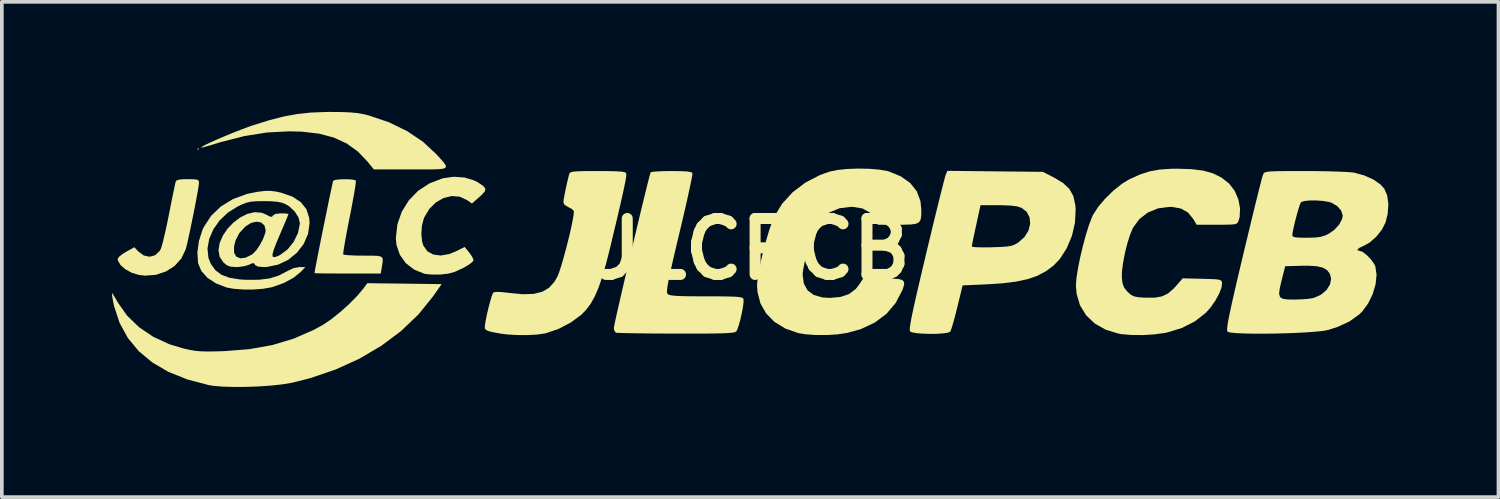
<source format=kicad_pcb>
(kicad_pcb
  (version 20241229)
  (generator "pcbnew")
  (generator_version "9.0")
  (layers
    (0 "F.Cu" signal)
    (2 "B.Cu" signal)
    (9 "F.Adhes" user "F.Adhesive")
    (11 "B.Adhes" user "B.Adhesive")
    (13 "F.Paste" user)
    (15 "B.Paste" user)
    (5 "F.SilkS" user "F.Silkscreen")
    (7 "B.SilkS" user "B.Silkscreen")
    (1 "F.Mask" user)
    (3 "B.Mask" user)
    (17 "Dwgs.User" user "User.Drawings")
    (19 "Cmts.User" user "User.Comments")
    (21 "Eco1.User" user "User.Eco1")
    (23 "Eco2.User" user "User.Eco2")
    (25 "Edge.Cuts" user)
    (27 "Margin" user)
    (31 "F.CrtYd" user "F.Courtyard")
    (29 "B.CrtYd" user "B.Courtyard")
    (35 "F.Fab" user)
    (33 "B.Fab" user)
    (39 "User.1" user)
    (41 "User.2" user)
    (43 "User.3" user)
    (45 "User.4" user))
  (footprint "JLCPCB"
    (layer "F.Cu")
    (at 17.487 3.738)
    (property "Reference" "JLCPCB" (at 0 0 0) (layer "F.SilkS") (effects (font (size 1.524 1.524) (thickness 0.3))))
    (attr board_only exclude_from_pos_files exclude_from_bom)
    (fp_poly (pts (xy -15.116 -2.726) (xy -15.138 -2.704) (xy -15.16 -2.726) (xy -15.138 -2.748)) (stroke (width 0) (type solid)) (fill yes) (layer "F.SilkS"))
    (fp_poly (pts (xy -15.262 -1.904) (xy -15.17 -1.894) (xy -15.128 -1.87) (xy -15.116 -1.824) (xy -15.116 -1.803) (xy -15.125 -1.723) (xy -15.149 -1.574) (xy -15.186 -1.373) (xy -15.231 -1.138) (xy -15.281 -0.885) (xy -15.333 -0.632) (xy -15.383 -0.396) (xy -15.427 -0.195) (xy -15.463 -0.046) (xy -15.477 0.005) (xy -15.596 0.254) (xy -15.78 0.458) (xy -16.017 0.609) (xy -16.29 0.7) (xy -16.587 0.722) (xy -16.751 0.703) (xy -16.947 0.644) (xy -17.12 0.55) (xy -17.252 0.435) (xy -17.323 0.313) (xy -17.331 0.266) (xy -17.295 0.21) (xy -17.201 0.134) (xy -17.104 0.074) (xy -16.876 -0.052) (xy -16.77 0.062) (xy -16.62 0.173) (xy -16.46 0.207) (xy -16.31 0.166) (xy -16.188 0.052) (xy -16.162 0.008) (xy -16.132 -0.075) (xy -16.091 -0.23) (xy -16.041 -0.438) (xy -15.987 -0.685) (xy -15.936 -0.935) (xy -15.884 -1.198) (xy -15.837 -1.433) (xy -15.797 -1.627) (xy -15.768 -1.764) (xy -15.753 -1.829) (xy -15.726 -1.871) (xy -15.662 -1.894) (xy -15.543 -1.905) (xy -15.423 -1.906)) (stroke (width 0) (type solid)) (fill yes) (layer "F.SilkS"))
    (fp_poly (pts (xy -11.229 -3.735) (xy -11 -3.726) (xy -10.815 -3.709) (xy -10.653 -3.682) (xy -10.495 -3.644) (xy -9.943 -3.458) (xy -9.447 -3.217) (xy -9.014 -2.927) (xy -8.658 -2.596) (xy -8.534 -2.461) (xy -8.444 -2.358) (xy -8.393 -2.283) (xy -8.389 -2.231) (xy -8.438 -2.198) (xy -8.548 -2.18) (xy -8.726 -2.173) (xy -8.978 -2.172) (xy -9.311 -2.172) (xy -9.341 -2.172) (xy -10.351 -2.172) (xy -10.52 -2.381) (xy -10.788 -2.661) (xy -11.093 -2.88) (xy -11.443 -3.041) (xy -11.847 -3.147) (xy -12.313 -3.201) (xy -12.656 -3.21) (xy -13.263 -3.178) (xy -13.877 -3.081) (xy -14.518 -2.918) (xy -14.627 -2.884) (xy -14.805 -2.83) (xy -14.949 -2.789) (xy -15.039 -2.768) (xy -15.06 -2.766) (xy -15.032 -2.792) (xy -14.936 -2.844) (xy -14.786 -2.915) (xy -14.598 -2.999) (xy -14.385 -3.089) (xy -14.163 -3.181) (xy -13.945 -3.266) (xy -13.746 -3.34) (xy -13.653 -3.372) (xy -13.206 -3.511) (xy -12.811 -3.613) (xy -12.439 -3.682) (xy -12.065 -3.721) (xy -11.662 -3.737) (xy -11.525 -3.738)) (stroke (width 0) (type solid)) (fill yes) (layer "F.SilkS"))
    (fp_poly (pts (xy -11.003 -1.901) (xy -10.892 -1.888) (xy -10.841 -1.867) (xy -10.843 -1.814) (xy -10.86 -1.687) (xy -10.891 -1.5) (xy -10.934 -1.264) (xy -10.985 -0.993) (xy -11.012 -0.859) (xy -11.068 -0.577) (xy -11.115 -0.324) (xy -11.152 -0.113) (xy -11.177 0.042) (xy -11.187 0.13) (xy -11.186 0.144) (xy -11.136 0.157) (xy -11.016 0.167) (xy -10.843 0.175) (xy -10.636 0.177) (xy -10.406 0.177) (xy -10.251 0.183) (xy -10.158 0.203) (xy -10.115 0.245) (xy -10.108 0.318) (xy -10.124 0.43) (xy -10.135 0.499) (xy -10.163 0.665) (xy -11.066 0.665) (xy -11.338 0.664) (xy -11.577 0.663) (xy -11.77 0.661) (xy -11.904 0.658) (xy -11.966 0.655) (xy -11.968 0.654) (xy -11.959 0.595) (xy -11.935 0.464) (xy -11.898 0.274) (xy -11.853 0.04) (xy -11.8 -0.225) (xy -11.743 -0.509) (xy -11.684 -0.796) (xy -11.627 -1.075) (xy -11.575 -1.331) (xy -11.528 -1.551) (xy -11.492 -1.722) (xy -11.468 -1.83) (xy -11.459 -1.862) (xy -11.403 -1.885) (xy -11.288 -1.9) (xy -11.145 -1.905)) (stroke (width 0) (type solid)) (fill yes) (layer "F.SilkS"))
    (fp_poly (pts (xy -9.517 0.94) (xy -8.505 0.953) (xy -8.738 1.286) (xy -9.135 1.778) (xy -9.606 2.228) (xy -10.143 2.63) (xy -10.739 2.982) (xy -11.389 3.278) (xy -12.085 3.515) (xy -12.578 3.639) (xy -12.831 3.682) (xy -13.139 3.716) (xy -13.48 3.74) (xy -13.832 3.753) (xy -14.173 3.755) (xy -14.482 3.745) (xy -14.738 3.723) (xy -14.85 3.704) (xy -15.434 3.55) (xy -15.947 3.344) (xy -16.388 3.087) (xy -16.757 2.779) (xy -17.054 2.42) (xy -17.278 2.011) (xy -17.429 1.552) (xy -17.459 1.407) (xy -17.479 1.286) (xy -17.487 1.21) (xy -17.485 1.197) (xy -17.458 1.232) (xy -17.401 1.325) (xy -17.328 1.452) (xy -17.074 1.812) (xy -16.749 2.126) (xy -16.362 2.388) (xy -15.922 2.591) (xy -15.537 2.707) (xy -15.371 2.744) (xy -15.223 2.769) (xy -15.07 2.784) (xy -14.891 2.789) (xy -14.663 2.786) (xy -14.429 2.779) (xy -13.744 2.725) (xy -13.116 2.613) (xy -12.535 2.439) (xy -11.989 2.2) (xy -11.735 2.061) (xy -11.514 1.912) (xy -11.267 1.714) (xy -11.019 1.491) (xy -10.798 1.267) (xy -10.636 1.073) (xy -10.528 0.928)) (stroke (width 0) (type solid)) (fill yes) (layer "F.SilkS"))
    (fp_poly (pts (xy -7.88 -1.951) (xy -7.615 -1.871) (xy -7.515 -1.819) (xy -7.376 -1.725) (xy -7.313 -1.652) (xy -7.324 -1.578) (xy -7.408 -1.483) (xy -7.473 -1.424) (xy -7.679 -1.243) (xy -7.807 -1.333) (xy -8.01 -1.429) (xy -8.23 -1.447) (xy -8.451 -1.393) (xy -8.66 -1.275) (xy -8.84 -1.096) (xy -8.979 -0.864) (xy -8.987 -0.845) (xy -9.041 -0.646) (xy -9.057 -0.419) (xy -9.036 -0.204) (xy -9.003 -0.098) (xy -8.895 0.056) (xy -8.734 0.147) (xy -8.532 0.174) (xy -8.3 0.134) (xy -8.114 0.059) (xy -7.878 -0.059) (xy -7.752 0.093) (xy -7.677 0.199) (xy -7.638 0.288) (xy -7.637 0.31) (xy -7.679 0.361) (xy -7.781 0.435) (xy -7.922 0.516) (xy -7.942 0.526) (xy -8.147 0.619) (xy -8.331 0.669) (xy -8.54 0.691) (xy -8.717 0.693) (xy -8.878 0.685) (xy -8.976 0.67) (xy -9.256 0.556) (xy -9.482 0.38) (xy -9.644 0.152) (xy -9.735 -0.115) (xy -9.752 -0.297) (xy -9.711 -0.673) (xy -9.59 -1.02) (xy -9.398 -1.33) (xy -9.143 -1.591) (xy -8.831 -1.794) (xy -8.471 -1.931) (xy -8.465 -1.932) (xy -8.173 -1.972)) (stroke (width 0) (type solid)) (fill yes) (layer "F.SilkS"))
    (fp_poly (pts (xy -3.963 -2.126) (xy -3.753 -2.121) (xy -3.61 -2.112) (xy -3.523 -2.097) (xy -3.482 -2.077) (xy -3.476 -2.068) (xy -3.473 -2.031) (xy -3.479 -1.959) (xy -3.498 -1.845) (xy -3.531 -1.684) (xy -3.578 -1.467) (xy -3.641 -1.19) (xy -3.722 -0.844) (xy -3.822 -0.424) (xy -3.907 -0.066) (xy -4.019 0.377) (xy -4.124 0.744) (xy -4.227 1.044) (xy -4.332 1.289) (xy -4.444 1.488) (xy -4.567 1.653) (xy -4.702 1.79) (xy -4.987 2) (xy -5.318 2.173) (xy -5.658 2.289) (xy -5.709 2.3) (xy -5.918 2.329) (xy -6.181 2.342) (xy -6.463 2.34) (xy -6.732 2.323) (xy -6.892 2.302) (xy -7.089 2.267) (xy -7.215 2.237) (xy -7.286 2.207) (xy -7.321 2.171) (xy -7.327 2.158) (xy -7.327 2.09) (xy -7.307 1.96) (xy -7.273 1.791) (xy -7.23 1.607) (xy -7.184 1.431) (xy -7.141 1.287) (xy -7.106 1.197) (xy -7.096 1.182) (xy -7.026 1.165) (xy -6.876 1.169) (xy -6.653 1.194) (xy -6.647 1.195) (xy -6.287 1.229) (xy -5.996 1.219) (xy -5.764 1.162) (xy -5.58 1.054) (xy -5.434 0.893) (xy -5.353 0.754) (xy -5.306 0.639) (xy -5.249 0.465) (xy -5.186 0.25) (xy -5.12 0.009) (xy -5.056 -0.241) (xy -4.998 -0.483) (xy -4.951 -0.701) (xy -4.917 -0.879) (xy -4.902 -1) (xy -4.904 -1.041) (xy -4.96 -1.098) (xy -5.057 -1.147) (xy -5.161 -1.212) (xy -5.186 -1.28) (xy -5.177 -1.363) (xy -5.151 -1.505) (xy -5.116 -1.676) (xy -5.077 -1.851) (xy -5.04 -2.001) (xy -5.026 -2.05) (xy -5.01 -2.079) (xy -4.973 -2.099) (xy -4.903 -2.113) (xy -4.787 -2.122) (xy -4.612 -2.126) (xy -4.366 -2.128) (xy -4.251 -2.128)) (stroke (width 0) (type solid)) (fill yes) (layer "F.SilkS"))
    (fp_poly (pts (xy -1.995 -2.125) (xy -1.827 -2.117) (xy -1.724 -2.101) (xy -1.677 -2.078) (xy -1.672 -2.069) (xy -1.676 -2.014) (xy -1.7 -1.883) (xy -1.741 -1.685) (xy -1.796 -1.432) (xy -1.863 -1.132) (xy -1.941 -0.796) (xy -2.027 -0.434) (xy -2.028 -0.43) (xy -2.129 -0.008) (xy -2.209 0.337) (xy -2.271 0.612) (xy -2.316 0.824) (xy -2.346 0.982) (xy -2.361 1.093) (xy -2.365 1.165) (xy -2.357 1.207) (xy -2.351 1.218) (xy -2.32 1.24) (xy -2.263 1.257) (xy -2.169 1.269) (xy -2.027 1.278) (xy -1.827 1.283) (xy -1.557 1.285) (xy -1.301 1.286) (xy -0.974 1.286) (xy -0.726 1.289) (xy -0.545 1.294) (xy -0.42 1.303) (xy -0.342 1.315) (xy -0.299 1.332) (xy -0.281 1.354) (xy -0.277 1.434) (xy -0.294 1.573) (xy -0.326 1.745) (xy -0.367 1.925) (xy -0.412 2.086) (xy -0.455 2.204) (xy -0.48 2.246) (xy -0.512 2.262) (xy -0.581 2.275) (xy -0.692 2.285) (xy -0.854 2.293) (xy -1.074 2.298) (xy -1.361 2.301) (xy -1.721 2.302) (xy -2.12 2.302) (xy -2.487 2.3) (xy -2.827 2.298) (xy -3.13 2.294) (xy -3.385 2.29) (xy -3.581 2.286) (xy -3.709 2.281) (xy -3.757 2.276) (xy -3.8 2.219) (xy -3.812 2.148) (xy -3.802 2.088) (xy -3.774 1.952) (xy -3.73 1.752) (xy -3.672 1.497) (xy -3.603 1.198) (xy -3.526 0.865) (xy -3.443 0.508) (xy -3.356 0.138) (xy -3.267 -0.235) (xy -3.18 -0.601) (xy -3.097 -0.949) (xy -3.019 -1.27) (xy -2.95 -1.552) (xy -2.892 -1.785) (xy -2.848 -1.96) (xy -2.819 -2.065) (xy -2.81 -2.092) (xy -2.759 -2.106) (xy -2.638 -2.117) (xy -2.464 -2.125) (xy -2.254 -2.128) (xy -2.241 -2.128)) (stroke (width 0) (type solid)) (fill yes) (layer "F.SilkS"))
    (fp_poly (pts (xy 3.143 -2.189) (xy 3.418 -2.167) (xy 3.64 -2.128) (xy 3.679 -2.117) (xy 4.008 -1.982) (xy 4.262 -1.802) (xy 4.44 -1.579) (xy 4.541 -1.312) (xy 4.565 -1.072) (xy 4.563 -0.913) (xy 4.546 -0.802) (xy 4.501 -0.731) (xy 4.414 -0.689) (xy 4.272 -0.671) (xy 4.062 -0.665) (xy 3.926 -0.665) (xy 3.378 -0.665) (xy 3.293 -0.827) (xy 3.157 -1) (xy 2.962 -1.108) (xy 2.706 -1.151) (xy 2.652 -1.153) (xy 2.336 -1.114) (xy 2.06 -0.999) (xy 1.832 -0.815) (xy 1.699 -0.633) (xy 1.638 -0.502) (xy 1.569 -0.31) (xy 1.498 -0.08) (xy 1.432 0.163) (xy 1.378 0.393) (xy 1.342 0.585) (xy 1.331 0.7) (xy 1.364 0.939) (xy 1.465 1.122) (xy 1.633 1.248) (xy 1.868 1.316) (xy 2.061 1.329) (xy 2.36 1.303) (xy 2.595 1.224) (xy 2.776 1.088) (xy 2.862 0.979) (xy 2.982 0.798) (xy 3.502 0.798) (xy 3.757 0.801) (xy 3.934 0.813) (xy 4.042 0.841) (xy 4.093 0.89) (xy 4.097 0.967) (xy 4.064 1.077) (xy 4.05 1.115) (xy 3.865 1.468) (xy 3.614 1.764) (xy 3.297 2.001) (xy 2.914 2.18) (xy 2.545 2.283) (xy 2.289 2.321) (xy 1.993 2.34) (xy 1.69 2.34) (xy 1.412 2.32) (xy 1.217 2.288) (xy 0.861 2.164) (xy 0.566 1.984) (xy 0.338 1.753) (xy 0.181 1.477) (xy 0.1 1.16) (xy 0.089 0.978) (xy 0.103 0.814) (xy 0.141 0.587) (xy 0.197 0.318) (xy 0.266 0.029) (xy 0.344 -0.26) (xy 0.424 -0.527) (xy 0.501 -0.751) (xy 0.555 -0.881) (xy 0.771 -1.235) (xy 1.058 -1.549) (xy 1.406 -1.813) (xy 1.805 -2.02) (xy 2.061 -2.111) (xy 2.273 -2.156) (xy 2.543 -2.184) (xy 2.842 -2.195)) (stroke (width 0) (type solid)) (fill yes) (layer "F.SilkS"))
    (fp_poly (pts (xy 7.878 -2.106) (xy 8.181 -1.95) (xy 8.429 -1.801) (xy 8.6 -1.639) (xy 8.707 -1.445) (xy 8.76 -1.202) (xy 8.77 -1.085) (xy 8.752 -0.723) (xy 8.669 -0.363) (xy 8.528 -0.026) (xy 8.339 0.268) (xy 8.173 0.442) (xy 7.967 0.598) (xy 7.735 0.722) (xy 7.466 0.816) (xy 7.146 0.885) (xy 6.762 0.932) (xy 6.357 0.958) (xy 5.69 0.988) (xy 5.543 1.591) (xy 5.487 1.814) (xy 5.434 2.008) (xy 5.389 2.156) (xy 5.358 2.24) (xy 5.352 2.25) (xy 5.287 2.277) (xy 5.155 2.296) (xy 4.981 2.307) (xy 4.786 2.309) (xy 4.593 2.302) (xy 4.425 2.288) (xy 4.305 2.265) (xy 4.258 2.242) (xy 4.25 2.21) (xy 4.252 2.142) (xy 4.268 2.032) (xy 4.296 1.874) (xy 4.34 1.661) (xy 4.401 1.387) (xy 4.479 1.047) (xy 4.576 0.633) (xy 4.693 0.14) (xy 4.696 0.125) (xy 4.743 -0.072) (xy 5.94 -0.072) (xy 5.981 -0.059) (xy 6.095 -0.051) (xy 6.263 -0.048) (xy 6.468 -0.05) (xy 6.486 -0.051) (xy 6.72 -0.059) (xy 6.885 -0.07) (xy 7.001 -0.087) (xy 7.089 -0.115) (xy 7.168 -0.157) (xy 7.211 -0.184) (xy 7.378 -0.333) (xy 7.485 -0.508) (xy 7.531 -0.692) (xy 7.514 -0.868) (xy 7.433 -1.02) (xy 7.29 -1.128) (xy 7.175 -1.165) (xy 7.004 -1.187) (xy 6.764 -1.196) (xy 6.662 -1.197) (xy 6.178 -1.197) (xy 6.059 -0.653) (xy 6.014 -0.443) (xy 5.976 -0.265) (xy 5.951 -0.136) (xy 5.94 -0.074) (xy 5.94 -0.072) (xy 4.743 -0.072) (xy 4.796 -0.291) (xy 4.89 -0.683) (xy 4.978 -1.042) (xy 5.056 -1.359) (xy 5.123 -1.626) (xy 5.176 -1.832) (xy 5.212 -1.971) (xy 5.231 -2.03) (xy 5.275 -2.133)) (stroke (width 0) (type solid)) (fill yes) (layer "F.SilkS"))
    (fp_poly (pts (xy 11.919 -2.18) (xy 12.243 -2.14) (xy 12.51 -2.065) (xy 12.736 -1.954) (xy 12.935 -1.8) (xy 12.956 -1.78) (xy 13.103 -1.589) (xy 13.203 -1.355) (xy 13.25 -1.106) (xy 13.237 -0.87) (xy 13.211 -0.779) (xy 13.19 -0.731) (xy 13.161 -0.699) (xy 13.108 -0.68) (xy 13.014 -0.67) (xy 12.865 -0.666) (xy 12.644 -0.665) (xy 12.066 -0.665) (xy 11.975 -0.82) (xy 11.83 -0.997) (xy 11.641 -1.106) (xy 11.398 -1.15) (xy 11.326 -1.151) (xy 11.014 -1.111) (xy 10.735 -0.997) (xy 10.503 -0.817) (xy 10.33 -0.578) (xy 10.327 -0.572) (xy 10.252 -0.391) (xy 10.178 -0.156) (xy 10.113 0.105) (xy 10.063 0.366) (xy 10.032 0.598) (xy 10.028 0.767) (xy 10.047 0.93) (xy 10.087 1.041) (xy 10.162 1.139) (xy 10.187 1.165) (xy 10.269 1.239) (xy 10.35 1.283) (xy 10.457 1.307) (xy 10.619 1.321) (xy 10.657 1.323) (xy 10.919 1.323) (xy 11.12 1.288) (xy 11.285 1.209) (xy 11.439 1.076) (xy 11.495 1.015) (xy 11.687 0.795) (xy 12.216 0.808) (xy 12.439 0.814) (xy 12.589 0.821) (xy 12.681 0.834) (xy 12.73 0.854) (xy 12.751 0.886) (xy 12.759 0.923) (xy 12.744 1.048) (xy 12.679 1.214) (xy 12.578 1.4) (xy 12.451 1.583) (xy 12.314 1.737) (xy 12.018 1.968) (xy 11.662 2.149) (xy 11.261 2.271) (xy 11.2 2.283) (xy 10.918 2.322) (xy 10.606 2.341) (xy 10.297 2.339) (xy 10.027 2.317) (xy 9.941 2.303) (xy 9.588 2.195) (xy 9.291 2.027) (xy 9.056 1.803) (xy 8.889 1.532) (xy 8.796 1.219) (xy 8.777 0.99) (xy 8.791 0.795) (xy 8.83 0.539) (xy 8.889 0.246) (xy 8.961 -0.062) (xy 9.041 -0.363) (xy 9.125 -0.634) (xy 9.206 -0.851) (xy 9.242 -0.931) (xy 9.38 -1.147) (xy 9.575 -1.377) (xy 9.801 -1.597) (xy 10.035 -1.783) (xy 10.22 -1.896) (xy 10.51 -2.029) (xy 10.779 -2.117) (xy 11.059 -2.168) (xy 11.382 -2.19) (xy 11.525 -2.192)) (stroke (width 0) (type solid)) (fill yes) (layer "F.SilkS"))
    (fp_poly (pts (xy 15.339 -2.126) (xy 15.642 -2.121) (xy 15.913 -2.113) (xy 16.137 -2.103) (xy 16.298 -2.091) (xy 16.362 -2.083) (xy 16.635 -2.008) (xy 16.881 -1.897) (xy 17.076 -1.761) (xy 17.178 -1.648) (xy 17.258 -1.463) (xy 17.29 -1.227) (xy 17.272 -0.966) (xy 17.215 -0.731) (xy 17.114 -0.531) (xy 16.961 -0.339) (xy 16.78 -0.18) (xy 16.607 -0.085) (xy 16.499 -0.035) (xy 16.447 0.011) (xy 16.463 0.04) (xy 16.502 0.044) (xy 16.592 0.078) (xy 16.704 0.165) (xy 16.816 0.281) (xy 16.904 0.404) (xy 16.936 0.472) (xy 16.969 0.698) (xy 16.942 0.956) (xy 16.863 1.225) (xy 16.739 1.48) (xy 16.578 1.699) (xy 16.504 1.772) (xy 16.237 1.965) (xy 15.919 2.115) (xy 15.657 2.2) (xy 15.529 2.225) (xy 15.337 2.246) (xy 15.096 2.265) (xy 14.818 2.28) (xy 14.518 2.292) (xy 14.209 2.3) (xy 13.904 2.303) (xy 13.616 2.303) (xy 13.36 2.298) (xy 13.149 2.288) (xy 12.996 2.274) (xy 12.915 2.254) (xy 12.907 2.248) (xy 12.897 2.219) (xy 12.897 2.162) (xy 12.907 2.071) (xy 12.929 1.938) (xy 12.965 1.757) (xy 13.016 1.521) (xy 13.083 1.223) (xy 13.085 1.215) (xy 14.313 1.215) (xy 14.338 1.306) (xy 14.414 1.353) (xy 14.552 1.371) (xy 14.73 1.374) (xy 14.926 1.368) (xy 15.109 1.353) (xy 15.244 1.332) (xy 15.259 1.328) (xy 15.452 1.243) (xy 15.602 1.117) (xy 15.699 0.966) (xy 15.731 0.807) (xy 15.695 0.67) (xy 15.618 0.57) (xy 15.502 0.503) (xy 15.335 0.465) (xy 15.102 0.451) (xy 14.929 0.453) (xy 14.479 0.465) (xy 14.382 0.848) (xy 14.331 1.067) (xy 14.313 1.215) (xy 13.085 1.215) (xy 13.168 0.856) (xy 13.272 0.414) (xy 13.341 0.126) (xy 13.44 -0.29) (xy 13.462 -0.378) (xy 14.673 -0.378) (xy 14.687 -0.345) (xy 14.742 -0.324) (xy 14.851 -0.314) (xy 15.032 -0.31) (xy 15.062 -0.31) (xy 15.277 -0.315) (xy 15.433 -0.333) (xy 15.559 -0.369) (xy 15.649 -0.41) (xy 15.815 -0.523) (xy 15.949 -0.668) (xy 16.03 -0.821) (xy 16.047 -0.913) (xy 16.006 -1.047) (xy 15.9 -1.17) (xy 15.75 -1.261) (xy 15.67 -1.287) (xy 15.503 -1.314) (xy 15.32 -1.327) (xy 15.144 -1.326) (xy 15.001 -1.311) (xy 14.915 -1.283) (xy 14.906 -1.274) (xy 14.878 -1.209) (xy 14.837 -1.082) (xy 14.79 -0.917) (xy 14.744 -0.739) (xy 14.705 -0.571) (xy 14.679 -0.44) (xy 14.673 -0.378) (xy 13.462 -0.378) (xy 13.535 -0.682) (xy 13.622 -1.041) (xy 13.7 -1.358) (xy 13.766 -1.624) (xy 13.819 -1.83) (xy 13.855 -1.968) (xy 13.874 -2.028) (xy 13.889 -2.059) (xy 13.911 -2.082) (xy 13.952 -2.1) (xy 14.021 -2.112) (xy 14.129 -2.12) (xy 14.288 -2.125) (xy 14.507 -2.127) (xy 14.797 -2.128) (xy 15.02 -2.128)) (stroke (width 0) (type solid)) (fill yes) (layer "F.SilkS"))
    (fp_poly (pts (xy -13.003 -1.566) (xy -12.877 -1.537) (xy -12.571 -1.431) (xy -12.341 -1.281) (xy -12.189 -1.088) (xy -12.112 -0.85) (xy -12.102 -0.709) (xy -12.144 -0.414) (xy -12.263 -0.141) (xy -12.445 0.096) (xy -12.679 0.287) (xy -12.953 0.42) (xy -13.255 0.484) (xy -13.352 0.488) (xy -13.506 0.476) (xy -13.583 0.438) (xy -13.592 0.422) (xy -13.62 0.382) (xy -13.673 0.388) (xy -13.744 0.422) (xy -13.864 0.461) (xy -14.024 0.485) (xy -14.098 0.488) (xy -14.249 0.479) (xy -14.352 0.442) (xy -14.448 0.364) (xy -14.454 0.358) (xy -14.555 0.202) (xy -14.573 0.093) (xy -14.161 0.093) (xy -14.101 0.202) (xy -13.991 0.25) (xy -13.844 0.233) (xy -13.671 0.145) (xy -13.653 0.133) (xy -13.556 0.034) (xy -13.456 -0.114) (xy -13.368 -0.281) (xy -13.311 -0.435) (xy -13.298 -0.515) (xy -13.332 -0.647) (xy -13.422 -0.726) (xy -13.55 -0.749) (xy -13.7 -0.713) (xy -13.852 -0.615) (xy -13.853 -0.614) (xy -14.019 -0.436) (xy -14.118 -0.239) (xy -14.16 -0.073) (xy -14.161 0.093) (xy -14.573 0.093) (xy -14.584 0.023) (xy -14.551 -0.171) (xy -14.466 -0.366) (xy -14.339 -0.554) (xy -14.178 -0.723) (xy -13.995 -0.862) (xy -13.799 -0.96) (xy -13.599 -1.007) (xy -13.406 -0.992) (xy -13.281 -0.94) (xy -13.179 -0.886) (xy -13.126 -0.882) (xy -13.104 -0.912) (xy -13.039 -0.958) (xy -12.893 -0.975) (xy -12.879 -0.975) (xy -12.759 -0.971) (xy -12.687 -0.961) (xy -12.678 -0.955) (xy -12.695 -0.909) (xy -12.74 -0.798) (xy -12.808 -0.638) (xy -12.891 -0.445) (xy -12.899 -0.425) (xy -13.009 -0.167) (xy -13.08 0.019) (xy -13.113 0.141) (xy -13.107 0.205) (xy -13.062 0.22) (xy -12.978 0.194) (xy -12.905 0.158) (xy -12.704 0.01) (xy -12.537 -0.197) (xy -12.419 -0.437) (xy -12.369 -0.682) (xy -12.368 -0.714) (xy -12.406 -0.867) (xy -12.507 -1.025) (xy -12.652 -1.162) (xy -12.745 -1.219) (xy -12.858 -1.265) (xy -12.989 -1.292) (xy -13.165 -1.305) (xy -13.344 -1.308) (xy -13.551 -1.305) (xy -13.7 -1.293) (xy -13.823 -1.265) (xy -13.95 -1.215) (xy -14.062 -1.162) (xy -14.332 -0.993) (xy -14.555 -0.78) (xy -14.725 -0.538) (xy -14.837 -0.279) (xy -14.884 -0.018) (xy -14.859 0.234) (xy -14.795 0.398) (xy -14.671 0.572) (xy -14.504 0.698) (xy -14.284 0.78) (xy -13.998 0.826) (xy -13.832 0.836) (xy -13.478 0.834) (xy -13.187 0.797) (xy -12.941 0.72) (xy -12.748 0.619) (xy -12.549 0.52) (xy -12.38 0.488) (xy -12.218 0.488) (xy -12.348 0.625) (xy -12.542 0.781) (xy -12.8 0.92) (xy -13.1 1.028) (xy -13.152 1.042) (xy -13.371 1.08) (xy -13.636 1.1) (xy -13.914 1.1) (xy -14.172 1.08) (xy -14.362 1.045) (xy -14.651 0.934) (xy -14.883 0.782) (xy -15.049 0.598) (xy -15.138 0.39) (xy -15.142 0.373) (xy -15.159 0.088) (xy -15.117 -0.222) (xy -15.021 -0.524) (xy -14.987 -0.597) (xy -14.786 -0.906) (xy -14.518 -1.164) (xy -14.188 -1.365) (xy -13.804 -1.505) (xy -13.523 -1.562) (xy -13.32 -1.586) (xy -13.161 -1.588)) (stroke (width 0) (type solid)) (fill yes) (layer "F.SilkS")))
  (gr_rect
    (start -3 -3)
    (end 37.777 10.493)
    (stroke (width 0.1) (type default))
    (fill no)
    (layer "Edge.Cuts")))
</source>
